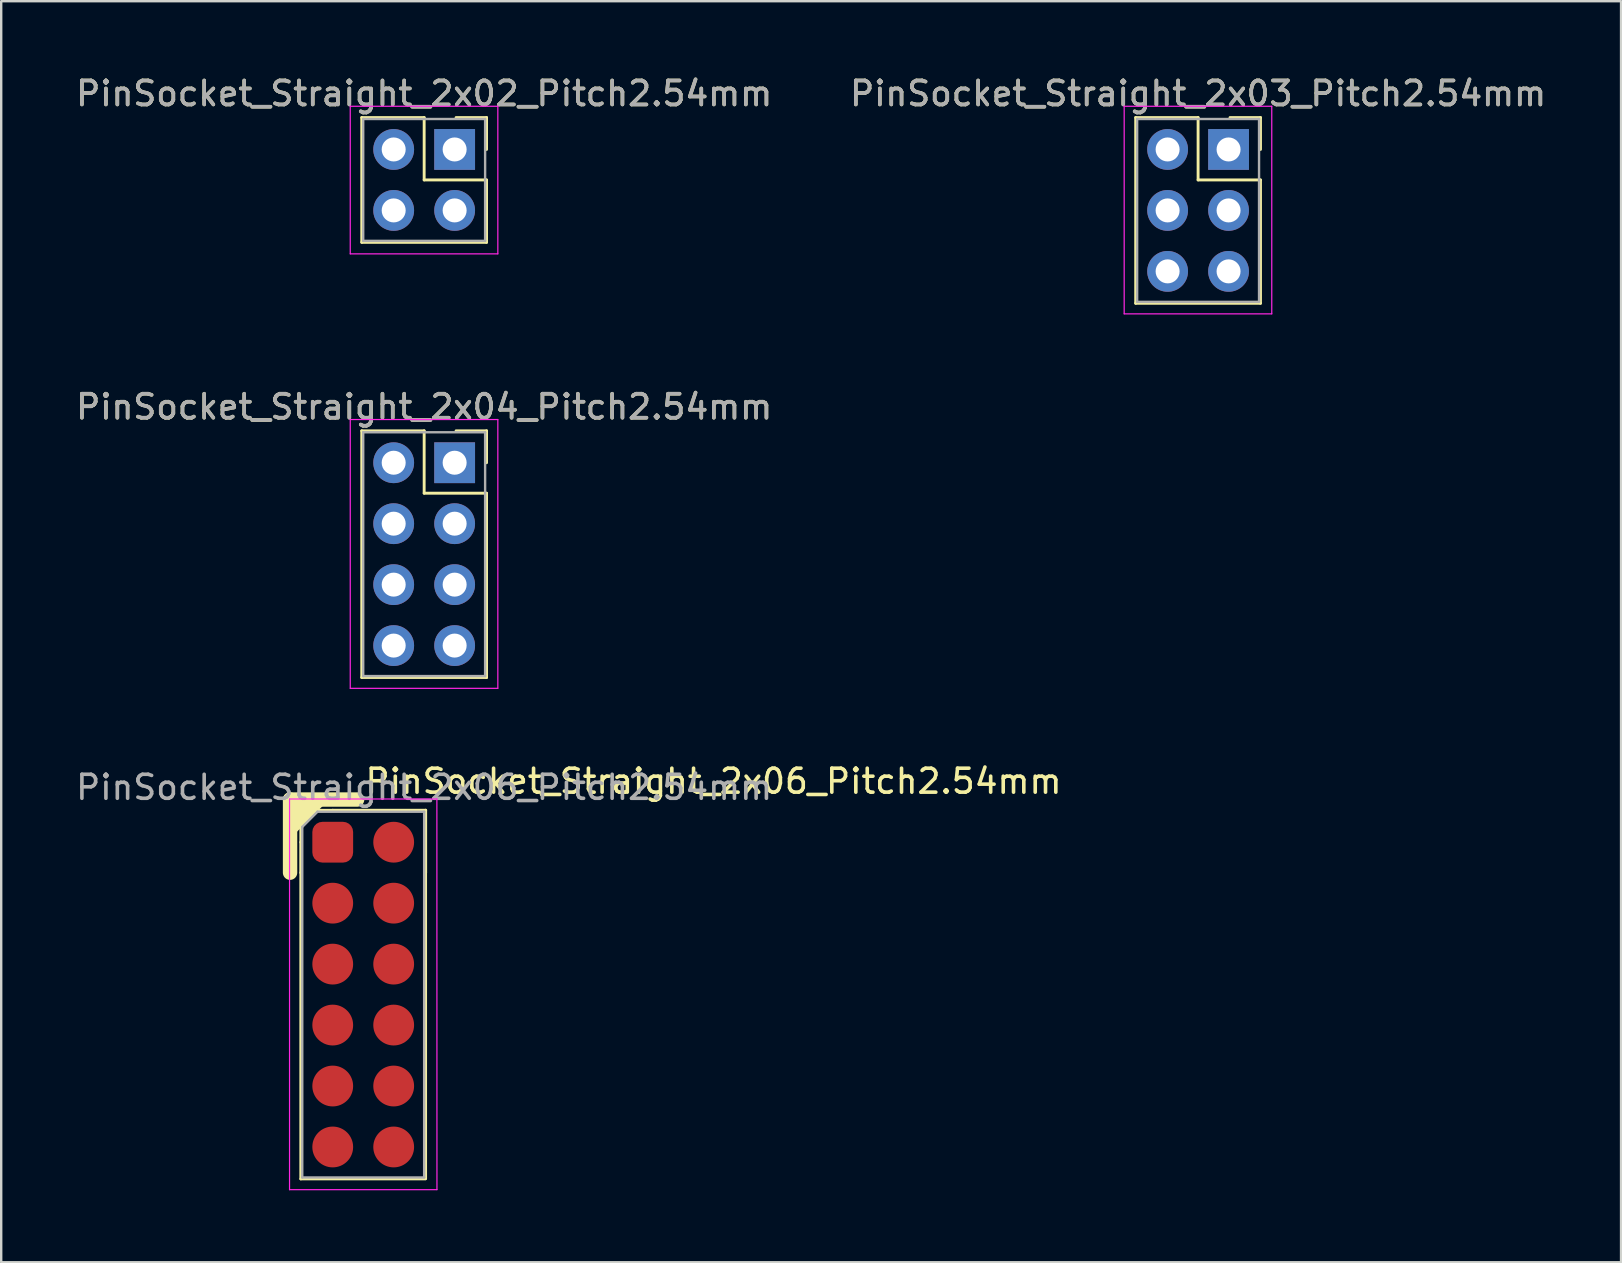
<source format=kicad_pcb>
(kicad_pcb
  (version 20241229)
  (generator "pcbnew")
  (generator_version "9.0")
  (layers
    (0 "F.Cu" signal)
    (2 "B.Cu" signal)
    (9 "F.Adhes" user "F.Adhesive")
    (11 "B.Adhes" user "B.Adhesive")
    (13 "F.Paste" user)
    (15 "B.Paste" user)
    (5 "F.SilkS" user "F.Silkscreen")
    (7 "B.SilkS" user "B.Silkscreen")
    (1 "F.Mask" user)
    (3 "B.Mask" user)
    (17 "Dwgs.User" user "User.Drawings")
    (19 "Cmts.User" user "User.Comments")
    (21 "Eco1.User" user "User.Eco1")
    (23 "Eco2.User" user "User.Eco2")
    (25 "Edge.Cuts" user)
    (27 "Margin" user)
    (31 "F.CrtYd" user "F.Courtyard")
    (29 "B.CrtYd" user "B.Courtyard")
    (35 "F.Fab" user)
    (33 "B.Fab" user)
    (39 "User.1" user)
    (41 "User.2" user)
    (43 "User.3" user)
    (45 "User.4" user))
  (footprint "PinSocket_Straight_2x04_Pitch2.54mm"
    (layer "F.Cu")
    (at 15.895 16.232)
    (property "Reference" "PinSocket_Straight_2x04_Pitch2.54mm" (at -1.27 -2.33 0) (layer "F.SilkS") (effects (font (size 1 1) (thickness 0.15))))
    (attr through_hole)
    (fp_line (start -3.87 -1.33) (end -1.27 -1.33) (stroke (width 0.12) (type solid)) (layer "F.SilkS"))
    (fp_line (start -3.87 8.95) (end -3.87 -1.33) (stroke (width 0.12) (type solid)) (layer "F.SilkS"))
    (fp_line (start -1.27 -1.33) (end -1.27 1.27) (stroke (width 0.12) (type solid)) (layer "F.SilkS"))
    (fp_line (start -1.27 1.27) (end 1.33 1.27) (stroke (width 0.12) (type solid)) (layer "F.SilkS"))
    (fp_line (start 1.33 -1.33) (end 0.06 -1.33) (stroke (width 0.12) (type solid)) (layer "F.SilkS"))
    (fp_line (start 1.33 0) (end 1.33 -1.33) (stroke (width 0.12) (type solid)) (layer "F.SilkS"))
    (fp_line (start 1.33 1.27) (end 1.33 8.95) (stroke (width 0.12) (type solid)) (layer "F.SilkS"))
    (fp_line (start 1.33 8.95) (end -3.87 8.95) (stroke (width 0.12) (type solid)) (layer "F.SilkS"))
    (fp_line (start -4.35 -1.8) (end -4.35 9.4) (stroke (width 0.05) (type solid)) (layer "F.CrtYd"))
    (fp_line (start -4.35 9.4) (end 1.8 9.4) (stroke (width 0.05) (type solid)) (layer "F.CrtYd"))
    (fp_line (start 1.8 -1.8) (end -4.35 -1.8) (stroke (width 0.05) (type solid)) (layer "F.CrtYd"))
    (fp_line (start 1.8 9.4) (end 1.8 -1.8) (stroke (width 0.05) (type solid)) (layer "F.CrtYd"))
    (fp_line (start -3.81 -1.27) (end -3.81 8.89) (stroke (width 0.1) (type solid)) (layer "F.Fab"))
    (fp_line (start -3.81 8.89) (end 1.27 8.89) (stroke (width 0.1) (type solid)) (layer "F.Fab"))
    (fp_line (start 1.27 -1.27) (end -3.81 -1.27) (stroke (width 0.1) (type solid)) (layer "F.Fab"))
    (fp_line (start 1.27 8.89) (end 1.27 -1.27) (stroke (width 0.1) (type solid)) (layer "F.Fab"))
    (fp_text user "${REFERENCE}" (at -1.27 -2.33 0) (layer "F.Fab") (effects (font (size 1 1) (thickness 0.15))))
    (pad "1" thru_hole rect (at 0 0) (size 1.7 1.7) (drill 1) (layers "*.Cu" "*.Mask"))
    (pad "2" thru_hole oval (at -2.54 0) (size 1.7 1.7) (drill 1) (layers "*.Cu" "*.Mask"))
    (pad "3" thru_hole oval (at 0 2.54) (size 1.7 1.7) (drill 1) (layers "*.Cu" "*.Mask"))
    (pad "4" thru_hole oval (at -2.54 2.54) (size 1.7 1.7) (drill 1) (layers "*.Cu" "*.Mask"))
    (pad "5" thru_hole oval (at 0 5.08) (size 1.7 1.7) (drill 1) (layers "*.Cu" "*.Mask"))
    (pad "6" thru_hole oval (at -2.54 5.08) (size 1.7 1.7) (drill 1) (layers "*.Cu" "*.Mask"))
    (pad "7" thru_hole oval (at 0 7.62) (size 1.7 1.7) (drill 1) (layers "*.Cu" "*.Mask"))
    (pad "8" thru_hole oval (at -2.54 7.62) (size 1.7 1.7) (drill 1) (layers "*.Cu" "*.Mask")))
  (footprint "PinSocket_Straight_2x06_Pitch2.54mm"
    (layer "F.Cu")
    (at 10.815 32.045)
    (property "Reference" "PinSocket_Straight_2x06_Pitch2.54mm" (at 1.27 -2.54 0) (layer "F.SilkS") (effects (font (size 1 1) (thickness 0.15)) (justify left)))
    (attr through_hole)
    (fp_line (start -1.778 -1.778) (end 1.016 -1.778) (stroke (width 0.6) (type solid)) (layer "F.SilkS"))
    (fp_line (start -1.778 1.27) (end -1.778 -1.778) (stroke (width 0.6) (type solid)) (layer "F.SilkS"))
    (fp_line (start -1.333 0) (end -1.333 1.27) (stroke (width 0.12) (type solid)) (layer "F.SilkS"))
    (fp_line (start -1.33 -1.33) (end 0 -1.33) (stroke (width 0.12) (type solid)) (layer "F.SilkS"))
    (fp_line (start -1.33 0) (end -1.33 -1.33) (stroke (width 0.12) (type solid)) (layer "F.SilkS"))
    (fp_line (start -1.33 1.27) (end -1.33 14.03) (stroke (width 0.12) (type solid)) (layer "F.SilkS"))
    (fp_line (start -1.33 14.03) (end 3.861 14.03) (stroke (width 0.12) (type solid)) (layer "F.SilkS"))
    (fp_line (start 0 -1.333) (end 3.873 -1.333) (stroke (width 0.12) (type solid)) (layer "F.SilkS"))
    (fp_line (start 3.87 1.27) (end 3.87 14.021) (stroke (width 0.12) (type solid)) (layer "F.SilkS"))
    (fp_line (start 3.873 -1.333) (end 3.873 1.27) (stroke (width 0.12) (type solid)) (layer "F.SilkS"))
    (fp_poly (pts (xy -1.778 -0.254) (xy -0.254 -1.778) (xy -1.778 -1.778)) (stroke (width 0.15) (type solid)) (fill yes) (layer "F.SilkS"))
    (fp_line (start -1.8 -1.8) (end -1.8 14.48) (stroke (width 0.05) (type solid)) (layer "F.CrtYd"))
    (fp_line (start -1.8 14.48) (end 4.343 14.478) (stroke (width 0.05) (type solid)) (layer "F.CrtYd"))
    (fp_line (start 4.34 -1.8) (end -1.8 -1.8) (stroke (width 0.05) (type solid)) (layer "F.CrtYd"))
    (fp_line (start 4.343 14.478) (end 4.34 -1.8) (stroke (width 0.05) (type solid)) (layer "F.CrtYd"))
    (fp_line (start -1.27 -0.635) (end -0.635 -1.27) (stroke (width 0.1) (type solid)) (layer "F.Fab"))
    (fp_line (start -1.27 13.97) (end -1.27 -0.635) (stroke (width 0.1) (type solid)) (layer "F.Fab"))
    (fp_line (start -0.635 -1.27) (end 3.81 -1.27) (stroke (width 0.1) (type solid)) (layer "F.Fab"))
    (fp_line (start 3.81 -1.27) (end 3.81 13.97) (stroke (width 0.1) (type solid)) (layer "F.Fab"))
    (fp_line (start 3.81 13.97) (end -1.27 13.97) (stroke (width 0.1) (type solid)) (layer "F.Fab"))
    (fp_text user "${REFERENCE}" (at 3.81 -2.286 180) (layer "F.Fab") (effects (font (size 1 1) (thickness 0.15))))
    (pad "1" smd roundrect (at 0 0) (size 1.7 1.7) (layers "F.Cu" "F.Mask" "F.Paste") (roundrect_rratio 0.25))
    (pad "2" smd oval (at 0 2.54) (size 1.7 1.7) (layers "F.Cu" "F.Mask" "F.Paste"))
    (pad "3" smd oval (at 0 5.08) (size 1.7 1.7) (layers "F.Cu" "F.Mask" "F.Paste"))
    (pad "4" smd oval (at 0 7.62) (size 1.7 1.7) (layers "F.Cu" "F.Mask" "F.Paste"))
    (pad "5" smd oval (at 0 10.16) (size 1.7 1.7) (layers "F.Cu" "F.Mask" "F.Paste"))
    (pad "6" smd oval (at 0 12.7) (size 1.7 1.7) (layers "F.Cu" "F.Mask" "F.Paste"))
    (pad "7" smd oval (at 2.54 12.7) (size 1.7 1.7) (layers "F.Cu" "F.Mask" "F.Paste"))
    (pad "8" smd oval (at 2.54 10.16) (size 1.7 1.7) (layers "F.Cu" "F.Mask" "F.Paste"))
    (pad "9" smd oval (at 2.54 7.62) (size 1.7 1.7) (layers "F.Cu" "F.Mask" "F.Paste"))
    (pad "10" smd oval (at 2.54 5.08) (size 1.7 1.7) (layers "F.Cu" "F.Mask" "F.Paste"))
    (pad "11" smd oval (at 2.54 2.54) (size 1.7 1.7) (layers "F.Cu" "F.Mask" "F.Paste"))
    (pad "12" smd oval (at 2.54 0) (size 1.7 1.7) (layers "F.Cu" "F.Mask" "F.Paste")))
  (footprint "PinSocket_Straight_2x03_Pitch2.54mm"
    (layer "F.Cu")
    (at 48.145 3.178)
    (property "Reference" "PinSocket_Straight_2x03_Pitch2.54mm" (at -1.27 -2.33 0) (layer "F.SilkS") (effects (font (size 1 1) (thickness 0.15))))
    (attr through_hole)
    (fp_line (start -3.87 -1.33) (end -1.27 -1.33) (stroke (width 0.12) (type solid)) (layer "F.SilkS"))
    (fp_line (start -3.87 6.41) (end -3.87 -1.33) (stroke (width 0.12) (type solid)) (layer "F.SilkS"))
    (fp_line (start -1.27 -1.33) (end -1.27 1.27) (stroke (width 0.12) (type solid)) (layer "F.SilkS"))
    (fp_line (start -1.27 1.27) (end 1.33 1.27) (stroke (width 0.12) (type solid)) (layer "F.SilkS"))
    (fp_line (start 1.33 -1.33) (end 0.06 -1.33) (stroke (width 0.12) (type solid)) (layer "F.SilkS"))
    (fp_line (start 1.33 0) (end 1.33 -1.33) (stroke (width 0.12) (type solid)) (layer "F.SilkS"))
    (fp_line (start 1.33 1.27) (end 1.33 6.41) (stroke (width 0.12) (type solid)) (layer "F.SilkS"))
    (fp_line (start 1.33 6.41) (end -3.87 6.41) (stroke (width 0.12) (type solid)) (layer "F.SilkS"))
    (fp_line (start -4.35 -1.8) (end -4.35 6.85) (stroke (width 0.05) (type solid)) (layer "F.CrtYd"))
    (fp_line (start -4.35 6.85) (end 1.8 6.85) (stroke (width 0.05) (type solid)) (layer "F.CrtYd"))
    (fp_line (start 1.8 -1.8) (end -4.35 -1.8) (stroke (width 0.05) (type solid)) (layer "F.CrtYd"))
    (fp_line (start 1.8 6.85) (end 1.8 -1.8) (stroke (width 0.05) (type solid)) (layer "F.CrtYd"))
    (fp_line (start -3.81 -1.27) (end -3.81 6.35) (stroke (width 0.1) (type solid)) (layer "F.Fab"))
    (fp_line (start -3.81 6.35) (end 1.27 6.35) (stroke (width 0.1) (type solid)) (layer "F.Fab"))
    (fp_line (start 1.27 -1.27) (end -3.81 -1.27) (stroke (width 0.1) (type solid)) (layer "F.Fab"))
    (fp_line (start 1.27 6.35) (end 1.27 -1.27) (stroke (width 0.1) (type solid)) (layer "F.Fab"))
    (fp_text user "${REFERENCE}" (at -1.27 -2.33 0) (layer "F.Fab") (effects (font (size 1 1) (thickness 0.15))))
    (pad "1" thru_hole rect (at 0 0) (size 1.7 1.7) (drill 1) (layers "*.Cu" "*.Mask"))
    (pad "2" thru_hole oval (at -2.54 0) (size 1.7 1.7) (drill 1) (layers "*.Cu" "*.Mask"))
    (pad "3" thru_hole oval (at 0 2.54) (size 1.7 1.7) (drill 1) (layers "*.Cu" "*.Mask"))
    (pad "4" thru_hole oval (at -2.54 2.54) (size 1.7 1.7) (drill 1) (layers "*.Cu" "*.Mask"))
    (pad "5" thru_hole oval (at 0 5.08) (size 1.7 1.7) (drill 1) (layers "*.Cu" "*.Mask"))
    (pad "6" thru_hole oval (at -2.54 5.08) (size 1.7 1.7) (drill 1) (layers "*.Cu" "*.Mask")))
  (footprint "PinSocket_Straight_2x02_Pitch2.54mm"
    (layer "F.Cu")
    (at 15.895 3.178)
    (property "Reference" "PinSocket_Straight_2x02_Pitch2.54mm" (at -1.27 -2.33 0) (layer "F.SilkS") (effects (font (size 1 1) (thickness 0.15))))
    (attr through_hole)
    (fp_line (start -3.87 -1.33) (end -1.27 -1.33) (stroke (width 0.12) (type solid)) (layer "F.SilkS"))
    (fp_line (start -3.87 3.87) (end -3.87 -1.33) (stroke (width 0.12) (type solid)) (layer "F.SilkS"))
    (fp_line (start -1.27 -1.33) (end -1.27 1.27) (stroke (width 0.12) (type solid)) (layer "F.SilkS"))
    (fp_line (start -1.27 1.27) (end 1.33 1.27) (stroke (width 0.12) (type solid)) (layer "F.SilkS"))
    (fp_line (start 1.33 -1.33) (end 0.06 -1.33) (stroke (width 0.12) (type solid)) (layer "F.SilkS"))
    (fp_line (start 1.33 0) (end 1.33 -1.33) (stroke (width 0.12) (type solid)) (layer "F.SilkS"))
    (fp_line (start 1.33 1.27) (end 1.33 3.87) (stroke (width 0.12) (type solid)) (layer "F.SilkS"))
    (fp_line (start 1.33 3.87) (end -3.87 3.87) (stroke (width 0.12) (type solid)) (layer "F.SilkS"))
    (fp_line (start -4.35 -1.8) (end -4.35 4.35) (stroke (width 0.05) (type solid)) (layer "F.CrtYd"))
    (fp_line (start -4.35 4.35) (end 1.8 4.35) (stroke (width 0.05) (type solid)) (layer "F.CrtYd"))
    (fp_line (start 1.8 -1.8) (end -4.35 -1.8) (stroke (width 0.05) (type solid)) (layer "F.CrtYd"))
    (fp_line (start 1.8 4.35) (end 1.8 -1.8) (stroke (width 0.05) (type solid)) (layer "F.CrtYd"))
    (fp_line (start -3.81 -1.27) (end -3.81 3.81) (stroke (width 0.1) (type solid)) (layer "F.Fab"))
    (fp_line (start -3.81 3.81) (end 1.27 3.81) (stroke (width 0.1) (type solid)) (layer "F.Fab"))
    (fp_line (start 1.27 -1.27) (end -3.81 -1.27) (stroke (width 0.1) (type solid)) (layer "F.Fab"))
    (fp_line (start 1.27 3.81) (end 1.27 -1.27) (stroke (width 0.1) (type solid)) (layer "F.Fab"))
    (fp_text user "${REFERENCE}" (at -1.27 -2.33 0) (layer "F.Fab") (effects (font (size 1 1) (thickness 0.15))))
    (pad "1" thru_hole rect (at 0 0) (size 1.7 1.7) (drill 1) (layers "*.Cu" "*.Mask"))
    (pad "2" thru_hole oval (at -2.54 0) (size 1.7 1.7) (drill 1) (layers "*.Cu" "*.Mask"))
    (pad "3" thru_hole oval (at 0 2.54) (size 1.7 1.7) (drill 1) (layers "*.Cu" "*.Mask"))
    (pad "4" thru_hole oval (at -2.54 2.54) (size 1.7 1.7) (drill 1) (layers "*.Cu" "*.Mask")))
  (gr_rect
    (start -3 -3)
    (end 64.5 49.55)
    (stroke (width 0.1) (type default))
    (fill no)
    (layer "Edge.Cuts")))
</source>
